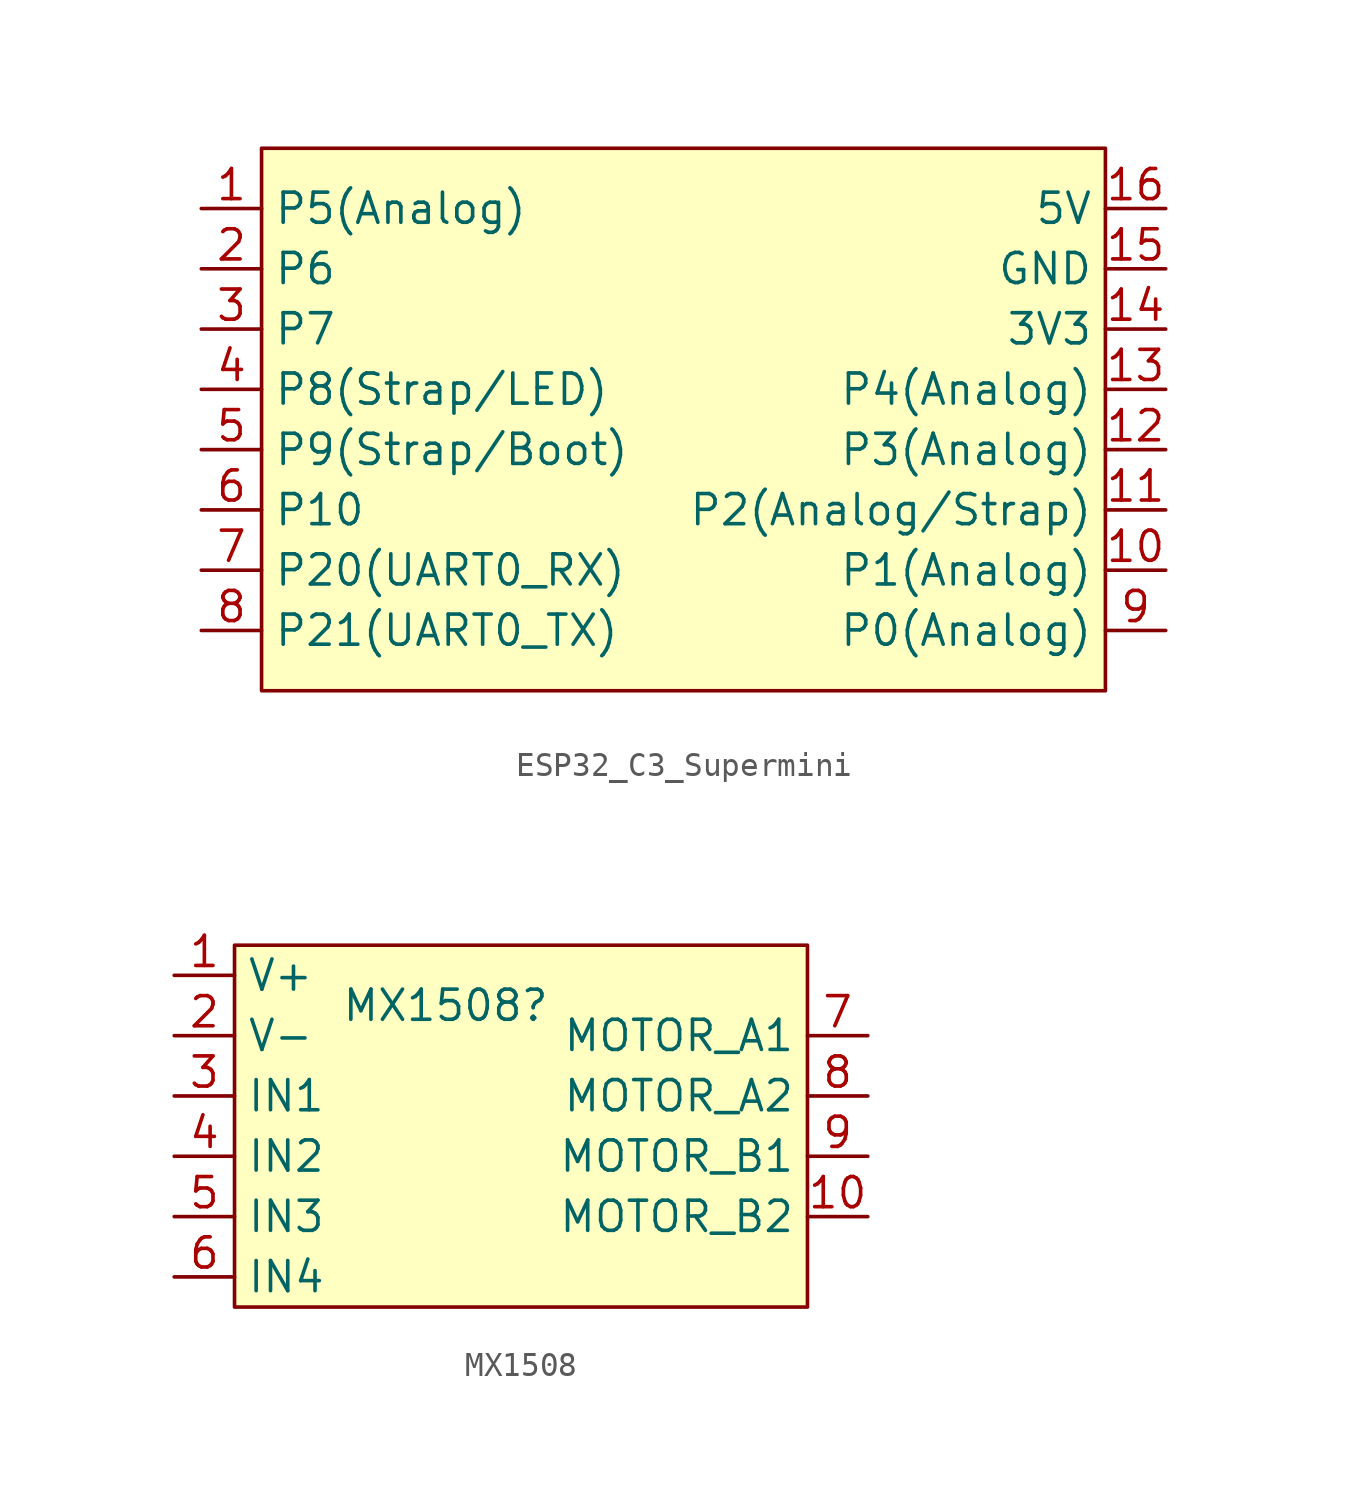
<source format=kicad_sym>
(kicad_symbol_lib
  (version 20241209)
  (generator "kicad_symbol_editor")
  (generator_version "9.0")
  (symbol "ESP32_C3_Supermini"
    (property "Reference" "ESP32_C3"
      (at 0 0 0)
      (effects (font (size 1.27 1.27)) (hide yes)))
    (property "Value" ""
      (at 0 0 0)
      (effects (font (size 1.27 1.27))))
    (symbol "ESP32_C3_Supermini_1_1"
      (rectangle (start -17.78 11.43) (end 17.78 -11.43) (stroke (width 0) (type solid)) (fill (type background)))
      (pin bidirectional line (at -20.32 8.89 0) (length 2.54) (name "P5(Analog)" (effects (font (size 1.27 1.27)))) (number "1" (effects (font (size 1.27 1.27)))))
      (pin bidirectional line (at -20.32 6.35 0) (length 2.54) (name "P6" (effects (font (size 1.27 1.27)))) (number "2" (effects (font (size 1.27 1.27)))))
      (pin bidirectional line (at -20.32 3.81 0) (length 2.54) (name "P7" (effects (font (size 1.27 1.27)))) (number "3" (effects (font (size 1.27 1.27)))))
      (pin bidirectional line (at -20.32 1.27 0) (length 2.54) (name "P8(Strap/LED)" (effects (font (size 1.27 1.27)))) (number "4" (effects (font (size 1.27 1.27)))))
      (pin bidirectional line (at -20.32 -1.27 0) (length 2.54) (name "P9(Strap/Boot)" (effects (font (size 1.27 1.27)))) (number "5" (effects (font (size 1.27 1.27)))))
      (pin bidirectional line (at -20.32 -3.81 0) (length 2.54) (name "P10" (effects (font (size 1.27 1.27)))) (number "6" (effects (font (size 1.27 1.27)))))
      (pin bidirectional line (at -20.32 -6.35 0) (length 2.54) (name "P20(UART0_RX)" (effects (font (size 1.27 1.27)))) (number "7" (effects (font (size 1.27 1.27)))))
      (pin bidirectional line (at -20.32 -8.89 0) (length 2.54) (name "P21(UART0_TX)" (effects (font (size 1.27 1.27)))) (number "8" (effects (font (size 1.27 1.27)))))
      (pin power_in line (at 20.32 8.89 180) (length 2.54) (name "5V" (effects (font (size 1.27 1.27)))) (number "16" (effects (font (size 1.27 1.27)))))
      (pin power_in line (at 20.32 6.35 180) (length 2.54) (name "GND" (effects (font (size 1.27 1.27)))) (number "15" (effects (font (size 1.27 1.27)))))
      (pin power_out line (at 20.32 3.81 180) (length 2.54) (name "3V3" (effects (font (size 1.27 1.27)))) (number "14" (effects (font (size 1.27 1.27)))))
      (pin bidirectional line (at 20.32 1.27 180) (length 2.54) (name "P4(Analog)" (effects (font (size 1.27 1.27)))) (number "13" (effects (font (size 1.27 1.27)))))
      (pin bidirectional line (at 20.32 -1.27 180) (length 2.54) (name "P3(Analog)" (effects (font (size 1.27 1.27)))) (number "12" (effects (font (size 1.27 1.27)))))
      (pin bidirectional line (at 20.32 -3.81 180) (length 2.54) (name "P2(Analog/Strap)" (effects (font (size 1.27 1.27)))) (number "11" (effects (font (size 1.27 1.27)))))
      (pin bidirectional line (at 20.32 -6.35 180) (length 2.54) (name "P1(Analog)" (effects (font (size 1.27 1.27)))) (number "10" (effects (font (size 1.27 1.27)))))
      (pin bidirectional line (at 20.32 -8.89 180) (length 2.54) (name "P0(Analog)" (effects (font (size 1.27 1.27)))) (number "9" (effects (font (size 1.27 1.27)))))))
  (symbol "MX1508"
    (property "Reference" "MX1508"
      (at 0 5.08 0)
      (effects (font (size 1.27 1.27))))
    (property "Value" ""
      (at 0 0 0)
      (effects (font (size 1.27 1.27))))
    (symbol "MX1508_1_1"
      (rectangle (start -8.89 7.62) (end 15.24 -7.62) (stroke (width 0) (type default)) (fill (type background)))
      (pin power_in line (at -11.43 6.35 0) (length 2.54) (name "V+" (effects (font (size 1.27 1.27)))) (number "1" (effects (font (size 1.27 1.27)))))
      (pin power_in line (at -11.43 3.81 0) (length 2.54) (name "V-" (effects (font (size 1.27 1.27)))) (number "2" (effects (font (size 1.27 1.27)))))
      (pin input line (at -11.43 1.27 0) (length 2.54) (name "IN1" (effects (font (size 1.27 1.27)))) (number "3" (effects (font (size 1.27 1.27)))))
      (pin input line (at -11.43 -1.27 0) (length 2.54) (name "IN2" (effects (font (size 1.27 1.27)))) (number "4" (effects (font (size 1.27 1.27)))))
      (pin input line (at -11.43 -3.81 0) (length 2.54) (name "IN3" (effects (font (size 1.27 1.27)))) (number "5" (effects (font (size 1.27 1.27)))))
      (pin input line (at -11.43 -6.35 0) (length 2.54) (name "IN4" (effects (font (size 1.27 1.27)))) (number "6" (effects (font (size 1.27 1.27)))))
      (pin output line (at 17.78 3.81 180) (length 2.54) (name "MOTOR_A1" (effects (font (size 1.27 1.27)))) (number "7" (effects (font (size 1.27 1.27)))))
      (pin output line (at 17.78 1.27 180) (length 2.54) (name "MOTOR_A2" (effects (font (size 1.27 1.27)))) (number "8" (effects (font (size 1.27 1.27)))))
      (pin output line (at 17.78 -1.27 180) (length 2.54) (name "MOTOR_B1" (effects (font (size 1.27 1.27)))) (number "9" (effects (font (size 1.27 1.27)))))
      (pin output line (at 17.78 -3.81 180) (length 2.54) (name "MOTOR_B2" (effects (font (size 1.27 1.27)))) (number "10" (effects (font (size 1.27 1.27))))))))
</source>
